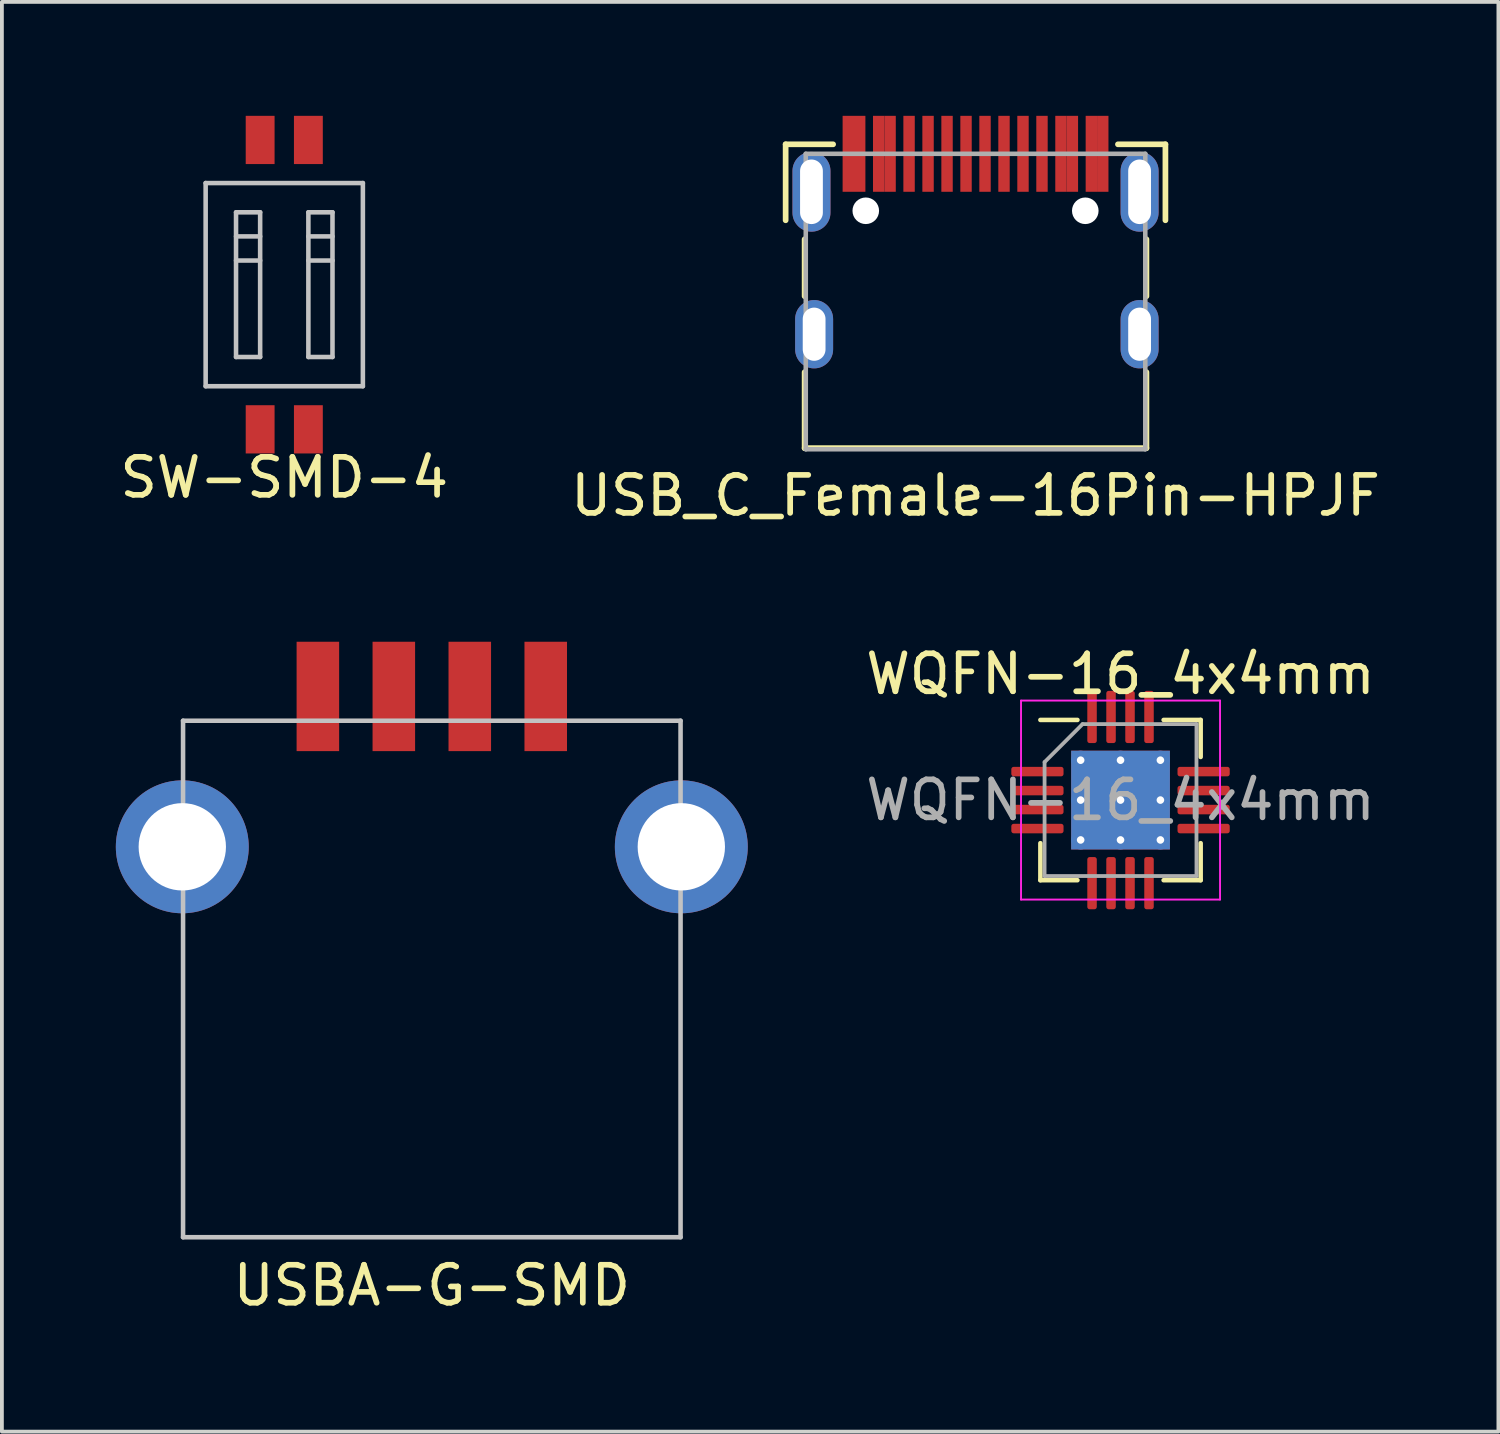
<source format=kicad_pcb>
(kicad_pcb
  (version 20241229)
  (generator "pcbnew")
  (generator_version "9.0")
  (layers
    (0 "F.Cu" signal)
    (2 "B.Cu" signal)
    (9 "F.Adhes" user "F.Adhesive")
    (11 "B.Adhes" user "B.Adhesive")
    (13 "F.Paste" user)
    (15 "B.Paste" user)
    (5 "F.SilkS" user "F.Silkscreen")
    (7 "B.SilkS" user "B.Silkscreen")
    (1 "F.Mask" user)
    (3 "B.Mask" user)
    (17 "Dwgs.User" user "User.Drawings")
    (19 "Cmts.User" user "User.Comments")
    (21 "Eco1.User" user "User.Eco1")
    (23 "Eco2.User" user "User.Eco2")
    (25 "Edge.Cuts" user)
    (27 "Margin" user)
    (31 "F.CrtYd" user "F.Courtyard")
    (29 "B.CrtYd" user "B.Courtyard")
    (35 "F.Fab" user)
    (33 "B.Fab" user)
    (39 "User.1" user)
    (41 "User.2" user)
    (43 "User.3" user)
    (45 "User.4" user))
  (footprint "SW-SMD-4"
    (layer "F.Cu")
    (at 4.435 4.445)
    (property "Reference" "SW-SMD-4" (at 0 5.08 0) (layer "F.SilkS") (effects (font (size 1 1) (thickness 0.15))))
    (attr smd)
    (fp_line (start -2.07 -2.675) (end -2.07 2.675) (stroke (width 0.12) (type solid)) (layer "Dwgs.User"))
    (fp_line (start -1.27 -1.905) (end -1.27 1.905) (stroke (width 0.12) (type solid)) (layer "Dwgs.User"))
    (fp_line (start -1.27 -1.27) (end -0.635 -1.27) (stroke (width 0.12) (type solid)) (layer "Dwgs.User"))
    (fp_line (start -1.27 1.905) (end -0.635 1.905) (stroke (width 0.12) (type solid)) (layer "Dwgs.User"))
    (fp_line (start -0.635 -1.905) (end -1.27 -1.905) (stroke (width 0.12) (type solid)) (layer "Dwgs.User"))
    (fp_line (start -0.635 -0.635) (end -1.27 -0.635) (stroke (width 0.12) (type solid)) (layer "Dwgs.User"))
    (fp_line (start -0.635 1.905) (end -0.635 -1.905) (stroke (width 0.12) (type solid)) (layer "Dwgs.User"))
    (fp_line (start 0.635 -1.905) (end 0.635 1.905) (stroke (width 0.12) (type solid)) (layer "Dwgs.User"))
    (fp_line (start 0.635 -1.27) (end 1.27 -1.27) (stroke (width 0.12) (type solid)) (layer "Dwgs.User"))
    (fp_line (start 0.635 1.905) (end 1.27 1.905) (stroke (width 0.12) (type solid)) (layer "Dwgs.User"))
    (fp_line (start 1.27 -1.905) (end 0.635 -1.905) (stroke (width 0.12) (type solid)) (layer "Dwgs.User"))
    (fp_line (start 1.27 -0.635) (end 0.635 -0.635) (stroke (width 0.12) (type solid)) (layer "Dwgs.User"))
    (fp_line (start 1.27 1.905) (end 1.27 -1.905) (stroke (width 0.12) (type solid)) (layer "Dwgs.User"))
    (fp_line (start 2.07 -2.675) (end -2.07 -2.675) (stroke (width 0.12) (type solid)) (layer "Dwgs.User"))
    (fp_line (start 2.07 2.675) (end -2.07 2.675) (stroke (width 0.12) (type solid)) (layer "Dwgs.User"))
    (fp_line (start 2.07 2.675) (end 2.07 -2.675) (stroke (width 0.12) (type solid)) (layer "Dwgs.User"))
    (pad "1" smd rect (at -0.635 -3.81) (size 0.76 1.27) (layers "F.Cu" "F.Mask" "F.Paste"))
    (pad "2" smd rect (at 0.635 -3.81) (size 0.76 1.27) (layers "F.Cu" "F.Mask" "F.Paste"))
    (pad "3" smd rect (at 0.635 3.81) (size 0.76 1.27) (layers "F.Cu" "F.Mask" "F.Paste"))
    (pad "4" smd rect (at -0.635 3.81) (size 0.76 1.27) (layers "F.Cu" "F.Mask" "F.Paste")))
  (footprint "USBA-G-SMD"
    (layer "F.Cu")
    (at 8.32 29.528)
    (property "Reference" "USBA-G-SMD" (at 0 1.27 0) (layer "F.SilkS") (effects (font (size 1 1) (thickness 0.15))))
    (attr through_hole)
    (fp_line (start -6.55 -13.6) (end -6.55 0) (stroke (width 0.12) (type solid)) (layer "Dwgs.User"))
    (fp_line (start -6.55 0) (end 6.55 0) (stroke (width 0.12) (type solid)) (layer "Dwgs.User"))
    (fp_line (start 6.55 -13.6) (end -6.55 -13.6) (stroke (width 0.12) (type solid)) (layer "Dwgs.User"))
    (fp_line (start 6.55 0) (end 6.55 -13.6) (stroke (width 0.12) (type solid)) (layer "Dwgs.User"))
    (pad "1" smd rect (at -3 -14.24) (size 1.12 2.88) (layers "F.Cu" "F.Mask" "F.Paste"))
    (pad "2" smd rect (at -1 -14.24) (size 1.12 2.88) (layers "F.Cu" "F.Mask" "F.Paste"))
    (pad "3" smd rect (at 1 -14.24) (size 1.12 2.88) (layers "F.Cu" "F.Mask" "F.Paste"))
    (pad "4" smd rect (at 3 -14.24) (size 1.12 2.88) (layers "F.Cu" "F.Mask" "F.Paste"))
    (pad "5" thru_hole circle (at -6.57 -10.28) (size 3.5 3.5) (drill 2.3) (layers "*.Cu" "*.Mask"))
    (pad "5" thru_hole circle (at 6.57 -10.28) (size 3.5 3.5) (drill 2.3) (layers "*.Cu" "*.Mask")))
  (footprint "WQFN-16_4x4mm"
    (layer "F.Cu")
    (at 26.455 18.017)
    (property "Reference" "WQFN-16_4x4mm" (at 0 -3.32 180) (layer "F.SilkS") (effects (font (size 1 1) (thickness 0.15))))
    (attr smd)
    (fp_line (start -2.11 2.11) (end -2.11 1.135) (stroke (width 0.12) (type solid)) (layer "F.SilkS"))
    (fp_line (start -1.135 -2.11) (end -2.11 -2.11) (stroke (width 0.12) (type solid)) (layer "F.SilkS"))
    (fp_line (start -1.135 2.11) (end -2.11 2.11) (stroke (width 0.12) (type solid)) (layer "F.SilkS"))
    (fp_line (start 1.135 -2.11) (end 2.11 -2.11) (stroke (width 0.12) (type solid)) (layer "F.SilkS"))
    (fp_line (start 1.135 2.11) (end 2.11 2.11) (stroke (width 0.12) (type solid)) (layer "F.SilkS"))
    (fp_line (start 2.11 -2.11) (end 2.11 -1.135) (stroke (width 0.12) (type solid)) (layer "F.SilkS"))
    (fp_line (start 2.11 2.11) (end 2.11 1.135) (stroke (width 0.12) (type solid)) (layer "F.SilkS"))
    (fp_line (start -2.62 -2.62) (end -2.62 2.62) (stroke (width 0.05) (type solid)) (layer "F.CrtYd"))
    (fp_line (start -2.62 2.62) (end 2.62 2.62) (stroke (width 0.05) (type solid)) (layer "F.CrtYd"))
    (fp_line (start 2.62 -2.62) (end -2.62 -2.62) (stroke (width 0.05) (type solid)) (layer "F.CrtYd"))
    (fp_line (start 2.62 2.62) (end 2.62 -2.62) (stroke (width 0.05) (type solid)) (layer "F.CrtYd"))
    (fp_line (start -2 -1) (end -1 -2) (stroke (width 0.1) (type solid)) (layer "F.Fab"))
    (fp_line (start -2 2) (end -2 -1) (stroke (width 0.1) (type solid)) (layer "F.Fab"))
    (fp_line (start -1 -2) (end 2 -2) (stroke (width 0.1) (type solid)) (layer "F.Fab"))
    (fp_line (start 2 -2) (end 2 2) (stroke (width 0.1) (type solid)) (layer "F.Fab"))
    (fp_line (start 2 2) (end -2 2) (stroke (width 0.1) (type solid)) (layer "F.Fab"))
    (fp_text user "${REFERENCE}" (at 0 0 180) (layer "F.Fab") (effects (font (size 1 1) (thickness 0.15))))
    (pad "" smd roundrect (at -0.65 -0.65) (size 1.13 1.13) (layers "F.Paste") (roundrect_rratio 0.221))
    (pad "" smd roundrect (at -0.65 0.65) (size 1.13 1.13) (layers "F.Paste") (roundrect_rratio 0.221))
    (pad "" smd roundrect (at 0.65 -0.65) (size 1.13 1.13) (layers "F.Paste") (roundrect_rratio 0.221))
    (pad "" smd roundrect (at 0.65 0.65) (size 1.13 1.13) (layers "F.Paste") (roundrect_rratio 0.221))
    (pad "1" smd roundrect (at -2.188 -0.75) (size 1.375 0.25) (layers "F.Cu" "F.Mask" "F.Paste") (roundrect_rratio 0.25))
    (pad "2" smd roundrect (at -2.188 -0.25) (size 1.375 0.25) (layers "F.Cu" "F.Mask" "F.Paste") (roundrect_rratio 0.25))
    (pad "3" smd roundrect (at -2.188 0.25) (size 1.375 0.25) (layers "F.Cu" "F.Mask" "F.Paste") (roundrect_rratio 0.25))
    (pad "4" smd roundrect (at -2.188 0.75) (size 1.375 0.25) (layers "F.Cu" "F.Mask" "F.Paste") (roundrect_rratio 0.25))
    (pad "5" smd roundrect (at -0.75 2.188) (size 0.25 1.375) (layers "F.Cu" "F.Mask" "F.Paste") (roundrect_rratio 0.25))
    (pad "6" smd roundrect (at -0.25 2.188) (size 0.25 1.375) (layers "F.Cu" "F.Mask" "F.Paste") (roundrect_rratio 0.25))
    (pad "7" smd roundrect (at 0.25 2.188) (size 0.25 1.375) (layers "F.Cu" "F.Mask" "F.Paste") (roundrect_rratio 0.25))
    (pad "8" smd roundrect (at 0.75 2.188) (size 0.25 1.375) (layers "F.Cu" "F.Mask" "F.Paste") (roundrect_rratio 0.25))
    (pad "9" smd roundrect (at 2.188 0.75) (size 1.375 0.25) (layers "F.Cu" "F.Mask" "F.Paste") (roundrect_rratio 0.25))
    (pad "10" smd roundrect (at 2.188 0.25) (size 1.375 0.25) (layers "F.Cu" "F.Mask" "F.Paste") (roundrect_rratio 0.25))
    (pad "11" smd roundrect (at 2.188 -0.25) (size 1.375 0.25) (layers "F.Cu" "F.Mask" "F.Paste") (roundrect_rratio 0.25))
    (pad "12" smd roundrect (at 2.188 -0.75) (size 1.375 0.25) (layers "F.Cu" "F.Mask" "F.Paste") (roundrect_rratio 0.25))
    (pad "13" smd roundrect (at 0.75 -2.188) (size 0.25 1.375) (layers "F.Cu" "F.Mask" "F.Paste") (roundrect_rratio 0.25))
    (pad "14" smd roundrect (at 0.25 -2.188) (size 0.25 1.375) (layers "F.Cu" "F.Mask" "F.Paste") (roundrect_rratio 0.25))
    (pad "15" smd roundrect (at -0.25 -2.188) (size 0.25 1.375) (layers "F.Cu" "F.Mask" "F.Paste") (roundrect_rratio 0.25))
    (pad "16" smd roundrect (at -0.75 -2.188) (size 0.25 1.375) (layers "F.Cu" "F.Mask" "F.Paste") (roundrect_rratio 0.25))
    (pad "17" thru_hole circle (at -1.05 -1.05) (size 0.5 0.5) (drill 0.2) (layers "*.Cu"))
    (pad "17" thru_hole circle (at -1.05 0) (size 0.5 0.5) (drill 0.2) (layers "*.Cu"))
    (pad "17" thru_hole circle (at -1.05 1.05) (size 0.5 0.5) (drill 0.2) (layers "*.Cu"))
    (pad "17" thru_hole circle (at 0 -1.05) (size 0.5 0.5) (drill 0.2) (layers "*.Cu"))
    (pad "17" thru_hole circle (at 0 0) (size 0.5 0.5) (drill 0.2) (layers "*.Cu"))
    (pad "17" smd rect (at 0 0) (size 2.6 2.6) (layers "F.Cu" "F.Mask"))
    (pad "17" smd rect (at 0 0) (size 2.6 2.6) (layers "B.Cu"))
    (pad "17" thru_hole circle (at 0 1.05) (size 0.5 0.5) (drill 0.2) (layers "*.Cu"))
    (pad "17" thru_hole circle (at 1.05 -1.05) (size 0.5 0.5) (drill 0.2) (layers "*.Cu"))
    (pad "17" thru_hole circle (at 1.05 0) (size 0.5 0.5) (drill 0.2) (layers "*.Cu"))
    (pad "17" thru_hole circle (at 1.05 1.05) (size 0.5 0.5) (drill 0.2) (layers "*.Cu")))
  (footprint "USB_C_Female-16Pin-HPJF"
    (layer "F.Cu")
    (at 22.637 1)
    (property "Reference" "USB_C_Female-16Pin-HPJF" (at 0 9 0) (layer "F.SilkS") (effects (font (size 1 1) (thickness 0.15))))
    (attr through_hole)
    (fp_line (start -5 -0.25) (end -5 1.75) (stroke (width 0.15) (type solid)) (layer "F.SilkS"))
    (fp_line (start -4.5 2.25) (end -4.5 3.75) (stroke (width 0.15) (type solid)) (layer "F.SilkS"))
    (fp_line (start -4.5 5.75) (end -4.5 7.75) (stroke (width 0.15) (type solid)) (layer "F.SilkS"))
    (fp_line (start -4.5 7.75) (end 4.5 7.75) (stroke (width 0.15) (type solid)) (layer "F.SilkS"))
    (fp_line (start -3.75 -0.25) (end -5 -0.25) (stroke (width 0.15) (type solid)) (layer "F.SilkS"))
    (fp_line (start 3.75 -0.25) (end 5 -0.25) (stroke (width 0.15) (type solid)) (layer "F.SilkS"))
    (fp_line (start 4.5 3.75) (end 4.5 2.25) (stroke (width 0.15) (type solid)) (layer "F.SilkS"))
    (fp_line (start 4.5 7.75) (end 4.5 5.75) (stroke (width 0.15) (type solid)) (layer "F.SilkS"))
    (fp_line (start 5 -0.25) (end 5 1.75) (stroke (width 0.15) (type solid)) (layer "F.SilkS"))
    (fp_line (start -4.47 7.78) (end -4.47 0) (stroke (width 0.12) (type solid)) (layer "F.Fab"))
    (fp_line (start -4.47 7.78) (end 4.47 7.78) (stroke (width 0.12) (type solid)) (layer "F.Fab"))
    (fp_line (start 4.47 0) (end -4.47 0) (stroke (width 0.12) (type solid)) (layer "F.Fab"))
    (fp_line (start 4.47 7.78) (end 4.47 0) (stroke (width 0.12) (type solid)) (layer "F.Fab"))
    (pad "" np_thru_hole circle (at -2.89 1.5 90) (size 0.7 0.7) (drill 0.7) (layers "*.Cu" "*.Mask"))
    (pad "" np_thru_hole circle (at 2.89 1.5 90) (size 0.7 0.7) (drill 0.7) (layers "*.Cu" "*.Mask"))
    (pad "A1" smd rect (at -3.35 0) (size 0.3 2) (layers "F.Cu" "F.Mask" "F.Paste"))
    (pad "A4" smd rect (at -2.55 0) (size 0.3 2) (layers "F.Cu" "F.Mask" "F.Paste"))
    (pad "A5" smd rect (at -1.25 0) (size 0.3 2) (layers "F.Cu" "F.Mask" "F.Paste"))
    (pad "A6" smd rect (at -0.25 0) (size 0.3 2) (layers "F.Cu" "F.Mask" "F.Paste"))
    (pad "A7" smd rect (at 0.25 0) (size 0.3 2) (layers "F.Cu" "F.Mask" "F.Paste"))
    (pad "A8" smd rect (at 1.25 0) (size 0.3 2) (layers "F.Cu" "F.Mask" "F.Paste"))
    (pad "A9" smd rect (at 2.55 0) (size 0.3 2) (layers "F.Cu" "F.Mask" "F.Paste"))
    (pad "A12" smd rect (at 3.35 0) (size 0.3 2) (layers "F.Cu" "F.Mask" "F.Paste"))
    (pad "B1" smd rect (at 3.05 0) (size 0.3 2) (layers "F.Cu" "F.Mask" "F.Paste"))
    (pad "B4" smd rect (at 2.25 0) (size 0.3 2) (layers "F.Cu" "F.Mask" "F.Paste"))
    (pad "B5" smd rect (at 1.75 0) (size 0.3 2) (layers "F.Cu" "F.Mask" "F.Paste"))
    (pad "B6" smd rect (at 0.75 0) (size 0.3 2) (layers "F.Cu" "F.Mask" "F.Paste"))
    (pad "B7" smd rect (at -0.75 0) (size 0.3 2) (layers "F.Cu" "F.Mask" "F.Paste"))
    (pad "B8" smd rect (at -1.75 0) (size 0.3 2) (layers "F.Cu" "F.Mask" "F.Paste"))
    (pad "B9" smd rect (at -2.25 0) (size 0.3 2) (layers "F.Cu" "F.Mask" "F.Paste"))
    (pad "B12" smd rect (at -3.05 0) (size 0.3 2) (layers "F.Cu" "F.Mask" "F.Paste"))
    (pad "S1" thru_hole oval (at -4.32 1) (size 1 2.1) (drill oval 0.6 1.7) (layers "*.Cu" "*.Mask"))
    (pad "S1" thru_hole oval (at -4.25 4.75) (size 1 1.8) (drill oval 0.6 1.4) (layers "*.Cu" "*.Mask"))
    (pad "S1" thru_hole oval (at 4.32 1) (size 1 2.1) (drill oval 0.6 1.7) (layers "*.Cu" "*.Mask"))
    (pad "S1" thru_hole oval (at 4.32 4.75) (size 1 1.8) (drill oval 0.6 1.4) (layers "*.Cu" "*.Mask")))
  (gr_rect
    (start -3 -3)
    (end 36.405 34.647)
    (stroke (width 0.1) (type default))
    (fill no)
    (layer "Edge.Cuts")))
</source>
